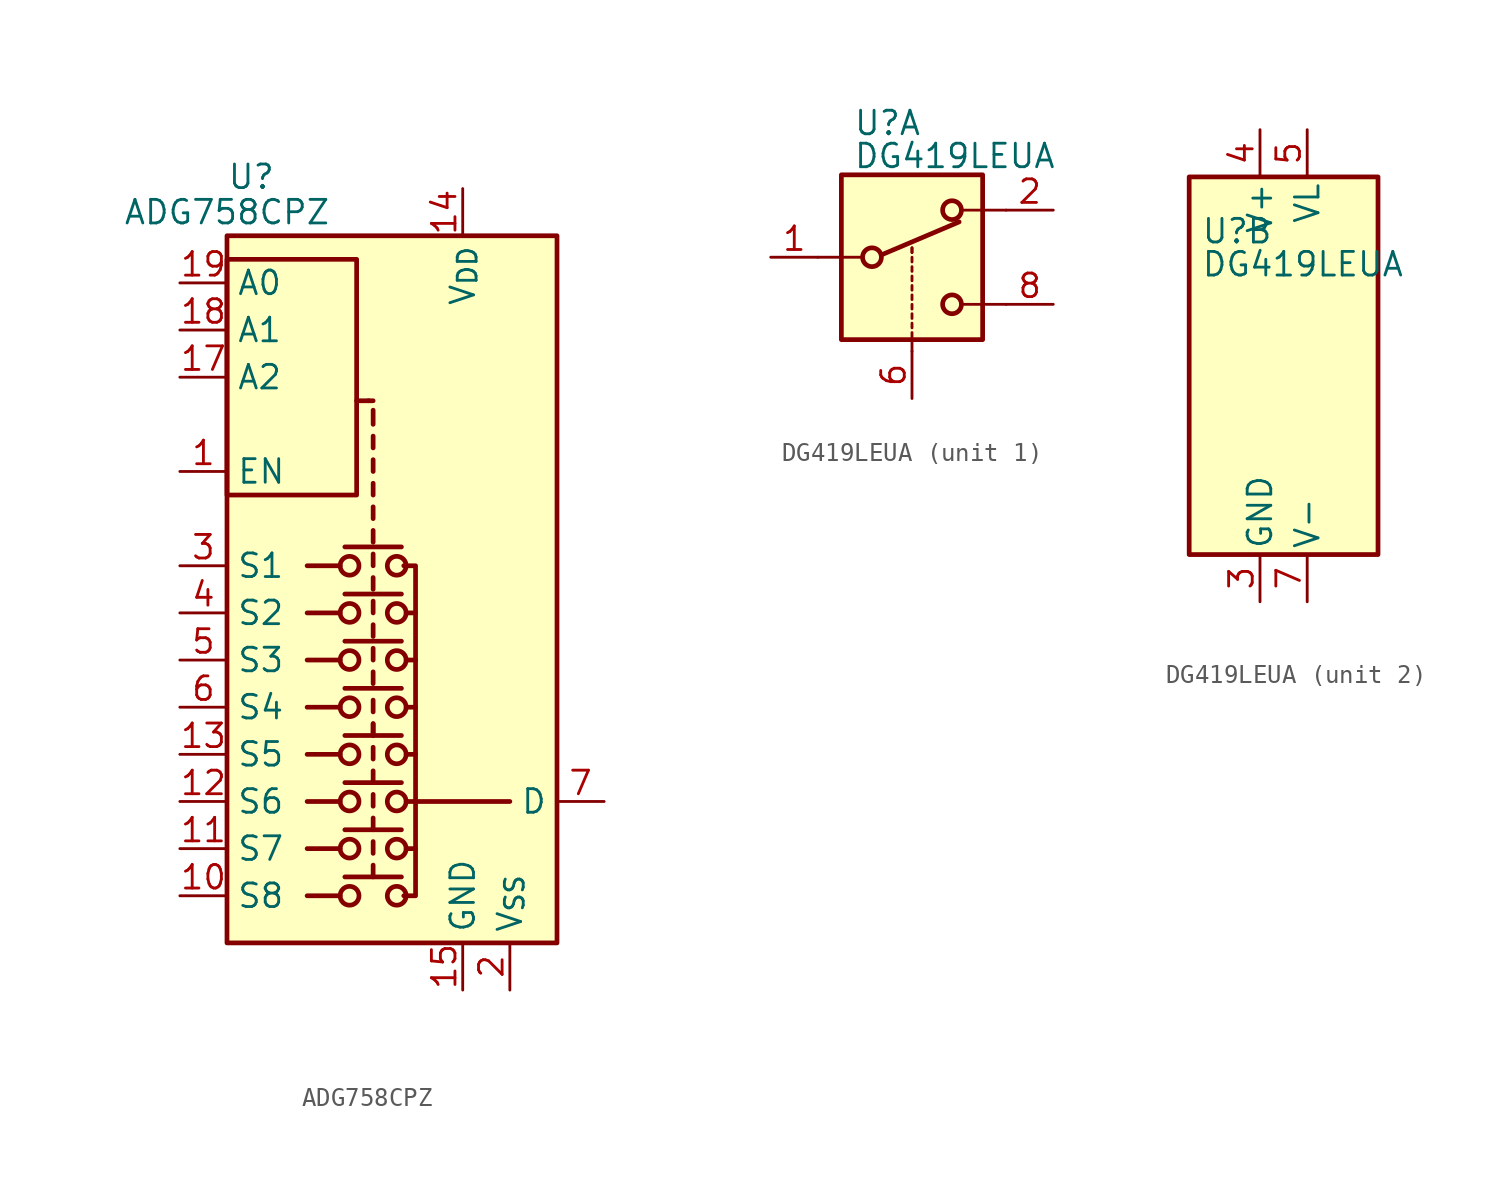
<source format=kicad_sym>
(kicad_symbol_lib
  (version 20241209)
  (generator "kicad_symbol_editor")
  (generator_version "9.0")
  (symbol "ADG758CPZ"
    (property "Reference" "U"
      (at -7.62 23.495 0)
      (effects (font (size 1.27 1.27)) (justify left)))
    (property "Value" "ADG758CPZ"
      (at -7.62 21.59 0)
      (effects (font (size 1.27 1.27))))
    (symbol "ADG758CPZ_0_1"
      (rectangle (start -7.62 20.32) (end 10.16 -17.78) (stroke (width 0.254) (type default)) (fill (type background)))
      (rectangle (start -7.62 6.35) (end -0.635 19.05) (stroke (width 0.254) (type default)) (fill (type none)))
      (polyline (pts (xy -1.524 2.54) (xy -3.302 2.54)) (stroke (width 0.254) (type default)) (fill (type none)))
      (polyline (pts (xy -1.524 0) (xy -3.302 0)) (stroke (width 0.254) (type default)) (fill (type none)))
      (polyline (pts (xy -1.524 -2.54) (xy -3.302 -2.54)) (stroke (width 0.254) (type default)) (fill (type none)))
      (polyline (pts (xy -1.524 -5.08) (xy -3.302 -5.08)) (stroke (width 0.254) (type default)) (fill (type none)))
      (polyline (pts (xy -1.524 -7.62) (xy -3.302 -7.62)) (stroke (width 0.254) (type default)) (fill (type none)))
      (polyline (pts (xy -1.524 -10.16) (xy -3.302 -10.16)) (stroke (width 0.254) (type default)) (fill (type none)))
      (polyline (pts (xy -1.524 -12.7) (xy -3.302 -12.7)) (stroke (width 0.254) (type default)) (fill (type none)))
      (polyline (pts (xy -1.524 -15.24) (xy -3.302 -15.24)) (stroke (width 0.254) (type default)) (fill (type none)))
      (polyline (pts (xy -1.27 3.556) (xy 1.778 3.556)) (stroke (width 0.254) (type default)) (fill (type none)))
      (polyline (pts (xy -1.27 1.016) (xy 1.778 1.016)) (stroke (width 0.254) (type default)) (fill (type none)))
      (polyline (pts (xy -1.27 -1.524) (xy 1.778 -1.524)) (stroke (width 0.254) (type default)) (fill (type none)))
      (polyline (pts (xy -1.27 -4.064) (xy 1.778 -4.064)) (stroke (width 0.254) (type default)) (fill (type none)))
      (polyline (pts (xy -1.27 -6.604) (xy 1.778 -6.604)) (stroke (width 0.254) (type default)) (fill (type none)))
      (polyline (pts (xy -1.27 -9.144) (xy 1.778 -9.144)) (stroke (width 0.254) (type default)) (fill (type none)))
      (polyline (pts (xy -1.27 -11.684) (xy 1.778 -11.684)) (stroke (width 0.254) (type default)) (fill (type none)))
      (polyline (pts (xy -1.27 -14.224) (xy 1.778 -14.224)) (stroke (width 0.254) (type default)) (fill (type none)))
      (circle (center -1.016 2.54) (radius 0.508) (stroke (width 0.254) (type default)) (fill (type none)))
      (circle (center -1.016 0) (radius 0.508) (stroke (width 0.254) (type default)) (fill (type none)))
      (circle (center -1.016 -2.54) (radius 0.508) (stroke (width 0.254) (type default)) (fill (type none)))
      (circle (center -1.016 -5.08) (radius 0.508) (stroke (width 0.254) (type default)) (fill (type none)))
      (circle (center -1.016 -7.62) (radius 0.508) (stroke (width 0.254) (type default)) (fill (type none)))
      (circle (center -1.016 -10.16) (radius 0.508) (stroke (width 0.254) (type default)) (fill (type none)))
      (circle (center -1.016 -12.7) (radius 0.508) (stroke (width 0.254) (type default)) (fill (type none)))
      (circle (center -1.016 -15.24) (radius 0.508) (stroke (width 0.254) (type default)) (fill (type none)))
      (polyline (pts (xy -0.635 11.43) (xy 0 11.43)) (stroke (width 0.254) (type default)) (fill (type none)))
      (polyline (pts (xy 0.254 11.43) (xy 0 11.43)) (stroke (width 0.254) (type default)) (fill (type none)))
      (polyline (pts (xy 0.254 10.16) (xy 0.254 10.922)) (stroke (width 0.254) (type default)) (fill (type none)))
      (polyline (pts (xy 0.254 8.89) (xy 0.254 9.525)) (stroke (width 0.254) (type default)) (fill (type none)))
      (polyline (pts (xy 0.254 7.62) (xy 0.254 8.255)) (stroke (width 0.254) (type default)) (fill (type none)))
      (polyline (pts (xy 0.254 6.35) (xy 0.254 6.985)) (stroke (width 0.254) (type default)) (fill (type none)))
      (polyline (pts (xy 0.254 5.08) (xy 0.254 5.715)) (stroke (width 0.254) (type default)) (fill (type none)))
      (polyline (pts (xy 0.254 3.81) (xy 0.254 4.445)) (stroke (width 0.254) (type default)) (fill (type none)))
      (polyline (pts (xy 0.254 2.54) (xy 0.254 3.175)) (stroke (width 0.254) (type default)) (fill (type none)))
      (polyline (pts (xy 0.254 1.27) (xy 0.254 1.905)) (stroke (width 0.254) (type default)) (fill (type none)))
      (polyline (pts (xy 0.254 0) (xy 0.254 0.635)) (stroke (width 0.254) (type default)) (fill (type none)))
      (polyline (pts (xy 0.254 -1.27) (xy 0.254 -0.635)) (stroke (width 0.254) (type default)) (fill (type none)))
      (polyline (pts (xy 0.254 -2.54) (xy 0.254 -1.905)) (stroke (width 0.254) (type default)) (fill (type none)))
      (polyline (pts (xy 0.254 -3.81) (xy 0.254 -3.175)) (stroke (width 0.254) (type default)) (fill (type none)))
      (polyline (pts (xy 0.254 -5.334) (xy 0.254 -4.699)) (stroke (width 0.254) (type default)) (fill (type none)))
      (polyline (pts (xy 0.254 -6.604) (xy 0.254 -5.969)) (stroke (width 0.254) (type default)) (fill (type none)))
      (polyline (pts (xy 0.254 -6.604) (xy 0.254 -5.969)) (stroke (width 0.254) (type default)) (fill (type none)))
      (polyline (pts (xy 0.254 -7.874) (xy 0.254 -7.239)) (stroke (width 0.254) (type default)) (fill (type none)))
      (polyline (pts (xy 0.254 -9.144) (xy 0.254 -8.509)) (stroke (width 0.254) (type default)) (fill (type none)))
      (polyline (pts (xy 0.254 -10.414) (xy 0.254 -9.779)) (stroke (width 0.254) (type default)) (fill (type none)))
      (polyline (pts (xy 0.254 -11.684) (xy 0.254 -11.049)) (stroke (width 0.254) (type default)) (fill (type none)))
      (polyline (pts (xy 0.254 -12.954) (xy 0.254 -12.319)) (stroke (width 0.254) (type default)) (fill (type none)))
      (polyline (pts (xy 0.254 -14.224) (xy 0.254 -13.589)) (stroke (width 0.254) (type default)) (fill (type none)))
      (circle (center 1.524 2.54) (radius 0.508) (stroke (width 0.254) (type default)) (fill (type none)))
      (circle (center 1.524 0) (radius 0.508) (stroke (width 0.254) (type default)) (fill (type none)))
      (circle (center 1.524 -2.54) (radius 0.508) (stroke (width 0.254) (type default)) (fill (type none)))
      (circle (center 1.524 -5.08) (radius 0.508) (stroke (width 0.254) (type default)) (fill (type none)))
      (circle (center 1.524 -7.62) (radius 0.508) (stroke (width 0.254) (type default)) (fill (type none)))
      (circle (center 1.524 -10.16) (radius 0.508) (stroke (width 0.254) (type default)) (fill (type none)))
      (circle (center 1.524 -12.7) (radius 0.508) (stroke (width 0.254) (type default)) (fill (type none)))
      (circle (center 1.524 -15.24) (radius 0.508) (stroke (width 0.254) (type default)) (fill (type none)))
      (polyline (pts (xy 1.905 2.54) (xy 2.54 2.54) (xy 2.54 -15.24) (xy 1.905 -15.24)) (stroke (width 0.254) (type default)) (fill (type none)))
      (polyline (pts (xy 2.032 0) (xy 2.54 0)) (stroke (width 0.254) (type default)) (fill (type none)))
      (polyline (pts (xy 2.032 -2.54) (xy 2.54 -2.54)) (stroke (width 0.254) (type default)) (fill (type none)))
      (polyline (pts (xy 2.032 -5.08) (xy 2.54 -5.08)) (stroke (width 0.254) (type default)) (fill (type none)))
      (polyline (pts (xy 2.032 -7.62) (xy 2.54 -7.62)) (stroke (width 0.254) (type default)) (fill (type none)))
      (polyline (pts (xy 2.032 -10.16) (xy 2.54 -10.16)) (stroke (width 0.254) (type default)) (fill (type none)))
      (polyline (pts (xy 2.032 -12.7) (xy 2.54 -12.7)) (stroke (width 0.254) (type default)) (fill (type none)))
      (polyline (pts (xy 2.54 -10.16) (xy 7.62 -10.16)) (stroke (width 0.254) (type default)) (fill (type none))))
    (symbol "ADG758CPZ_1_0"
      (pin power_in line (at 5.08 -20.32 90) (length 2.54) (name "GND" (effects (font (size 1.27 1.27)))) (number "15" (effects (font (size 1.27 1.27))))))
    (symbol "ADG758CPZ_1_1"
      (pin input line (at -10.16 17.78 0) (length 2.54) (name "A0" (effects (font (size 1.27 1.27)))) (number "19" (effects (font (size 1.27 1.27)))))
      (pin input line (at -10.16 15.24 0) (length 2.54) (name "A1" (effects (font (size 1.27 1.27)))) (number "18" (effects (font (size 1.27 1.27)))))
      (pin input line (at -10.16 12.7 0) (length 2.54) (name "A2" (effects (font (size 1.27 1.27)))) (number "17" (effects (font (size 1.27 1.27)))))
      (pin input line (at -10.16 7.62 0) (length 2.54) (name "EN" (effects (font (size 1.27 1.27)))) (number "1" (effects (font (size 1.27 1.27)))))
      (pin bidirectional line (at -10.16 2.54 0) (length 2.54) (name "S1" (effects (font (size 1.27 1.27)))) (number "3" (effects (font (size 1.27 1.27)))))
      (pin bidirectional line (at -10.16 0 0) (length 2.54) (name "S2" (effects (font (size 1.27 1.27)))) (number "4" (effects (font (size 1.27 1.27)))))
      (pin bidirectional line (at -10.16 -2.54 0) (length 2.54) (name "S3" (effects (font (size 1.27 1.27)))) (number "5" (effects (font (size 1.27 1.27)))))
      (pin bidirectional line (at -10.16 -5.08 0) (length 2.54) (name "S4" (effects (font (size 1.27 1.27)))) (number "6" (effects (font (size 1.27 1.27)))))
      (pin bidirectional line (at -10.16 -7.62 0) (length 2.54) (name "S5" (effects (font (size 1.27 1.27)))) (number "13" (effects (font (size 1.27 1.27)))))
      (pin bidirectional line (at -10.16 -10.16 0) (length 2.54) (name "S6" (effects (font (size 1.27 1.27)))) (number "12" (effects (font (size 1.27 1.27)))))
      (pin bidirectional line (at -10.16 -12.7 0) (length 2.54) (name "S7" (effects (font (size 1.27 1.27)))) (number "11" (effects (font (size 1.27 1.27)))))
      (pin bidirectional line (at -10.16 -15.24 0) (length 2.54) (name "S8" (effects (font (size 1.27 1.27)))) (number "10" (effects (font (size 1.27 1.27)))))
      (pin power_in line (at 5.08 22.86 270) (length 2.54) (name "V_{DD}" (effects (font (size 1.27 1.27)))) (number "14" (effects (font (size 1.27 1.27)))))
      (pin power_in line (at 7.62 -20.32 90) (length 2.54) (name "V_{SS}" (effects (font (size 1.27 1.27)))) (number "2" (effects (font (size 1.27 1.27)))))
      (pin passive line (at 7.62 -20.32 90) (length 2.54) (hide yes) (name "V_{SS}" (effects (font (size 1.27 1.27)))) (number "21" (effects (font (size 1.27 1.27)))))
      (pin no_connect line (at 10.16 15.24 180) (length 2.54) (hide yes) (name "NC" (effects (font (size 1.27 1.27)))) (number "8" (effects (font (size 1.27 1.27)))))
      (pin no_connect line (at 10.16 12.7 180) (length 2.54) (hide yes) (name "NC" (effects (font (size 1.27 1.27)))) (number "9" (effects (font (size 1.27 1.27)))))
      (pin no_connect line (at 10.16 10.16 180) (length 2.54) (hide yes) (name "NC" (effects (font (size 1.27 1.27)))) (number "16" (effects (font (size 1.27 1.27)))))
      (pin no_connect line (at 10.16 7.62 180) (length 2.54) (hide yes) (name "NC" (effects (font (size 1.27 1.27)))) (number "20" (effects (font (size 1.27 1.27)))))
      (pin bidirectional line (at 12.7 -10.16 180) (length 2.54) (name "D" (effects (font (size 1.27 1.27)))) (number "7" (effects (font (size 1.27 1.27)))))))
  (symbol "DG419LEUA"
    (pin_names
      (offset 0.254))
    (property "Reference" "U"
      (at -3.175 7.239 0)
      (effects (font (size 1.27 1.27)) (justify left)))
    (property "Value" "DG419LEUA"
      (at -3.175 5.461 0)
      (effects (font (size 1.27 1.27)) (justify left)))
    (symbol "DG419LEUA_1_1"
      (polyline (pts (xy -5.08 0) (xy -2.794 0)) (stroke (width 0) (type default)) (fill (type none)))
      (rectangle (start -3.81 4.445) (end 3.81 -4.445) (stroke (width 0.254) (type default)) (fill (type background)))
      (circle (center -2.159 0) (radius 0.508) (stroke (width 0.254) (type default)) (fill (type none)))
      (polyline (pts (xy -1.651 0.127) (xy 2.54 1.905)) (stroke (width 0.254) (type default)) (fill (type none)))
      (polyline (pts (xy 0 0.254) (xy 0 0.508)) (stroke (width 0) (type default)) (fill (type none)))
      (polyline (pts (xy 0 0.254) (xy 0 0.508)) (stroke (width 0) (type default)) (fill (type none)))
      (polyline (pts (xy 0 -0.254) (xy 0 0)) (stroke (width 0) (type default)) (fill (type none)))
      (polyline (pts (xy 0 -0.762) (xy 0 -0.508)) (stroke (width 0) (type default)) (fill (type none)))
      (polyline (pts (xy 0 -1.27) (xy 0 -1.016)) (stroke (width 0) (type default)) (fill (type none)))
      (polyline (pts (xy 0 -1.778) (xy 0 -1.524)) (stroke (width 0) (type default)) (fill (type none)))
      (polyline (pts (xy 0 -2.286) (xy 0 -2.032)) (stroke (width 0) (type default)) (fill (type none)))
      (polyline (pts (xy 0 -2.794) (xy 0 -2.54)) (stroke (width 0) (type default)) (fill (type none)))
      (polyline (pts (xy 0 -3.302) (xy 0 -3.048)) (stroke (width 0) (type default)) (fill (type none)))
      (polyline (pts (xy 0 -3.81) (xy 0 -3.556)) (stroke (width 0) (type default)) (fill (type none)))
      (polyline (pts (xy 0 -4.318) (xy 0 -4.064)) (stroke (width 0) (type default)) (fill (type none)))
      (polyline (pts (xy 0 -5.08) (xy 0 -4.572)) (stroke (width 0) (type default)) (fill (type none)))
      (circle (center 2.159 2.54) (radius 0.508) (stroke (width 0.254) (type default)) (fill (type none)))
      (circle (center 2.159 -2.54) (radius 0.508) (stroke (width 0.254) (type default)) (fill (type none)))
      (polyline (pts (xy 5.08 2.54) (xy 2.794 2.54)) (stroke (width 0) (type default)) (fill (type none)))
      (polyline (pts (xy 5.08 -2.54) (xy 2.794 -2.54)) (stroke (width 0) (type default)) (fill (type none)))
      (pin passive line (at -7.62 0 0) (length 2.54) (name "~" (effects (font (size 1.27 1.27)))) (number "1" (effects (font (size 1.27 1.27)))))
      (pin input line (at 0 -7.62 90) (length 2.54) (name "~" (effects (font (size 1.27 1.27)))) (number "6" (effects (font (size 1.27 1.27)))))
      (pin passive line (at 7.62 2.54 180) (length 2.54) (name "~" (effects (font (size 1.27 1.27)))) (number "2" (effects (font (size 1.27 1.27)))))
      (pin passive line (at 7.62 -2.54 180) (length 2.54) (name "~" (effects (font (size 1.27 1.27)))) (number "8" (effects (font (size 1.27 1.27))))))
    (symbol "DG419LEUA_2_0"
      (pin power_in line (at 0 12.7 270) (length 2.54) (name "V+" (effects (font (size 1.27 1.27)))) (number "4" (effects (font (size 1.27 1.27)))))
      (pin power_in line (at 0 -12.7 90) (length 2.54) (name "GND" (effects (font (size 1.27 1.27)))) (number "3" (effects (font (size 1.27 1.27)))))
      (pin power_in line (at 2.54 12.7 270) (length 2.54) (name "VL" (effects (font (size 1.27 1.27)))) (number "5" (effects (font (size 1.27 1.27)))))
      (pin power_in line (at 2.54 -12.7 90) (length 2.54) (name "V-" (effects (font (size 1.27 1.27)))) (number "7" (effects (font (size 1.27 1.27))))))
    (symbol "DG419LEUA_2_1"
      (rectangle (start -3.81 10.16) (end 6.35 -10.16) (stroke (width 0.254) (type default)) (fill (type background))))))
</source>
